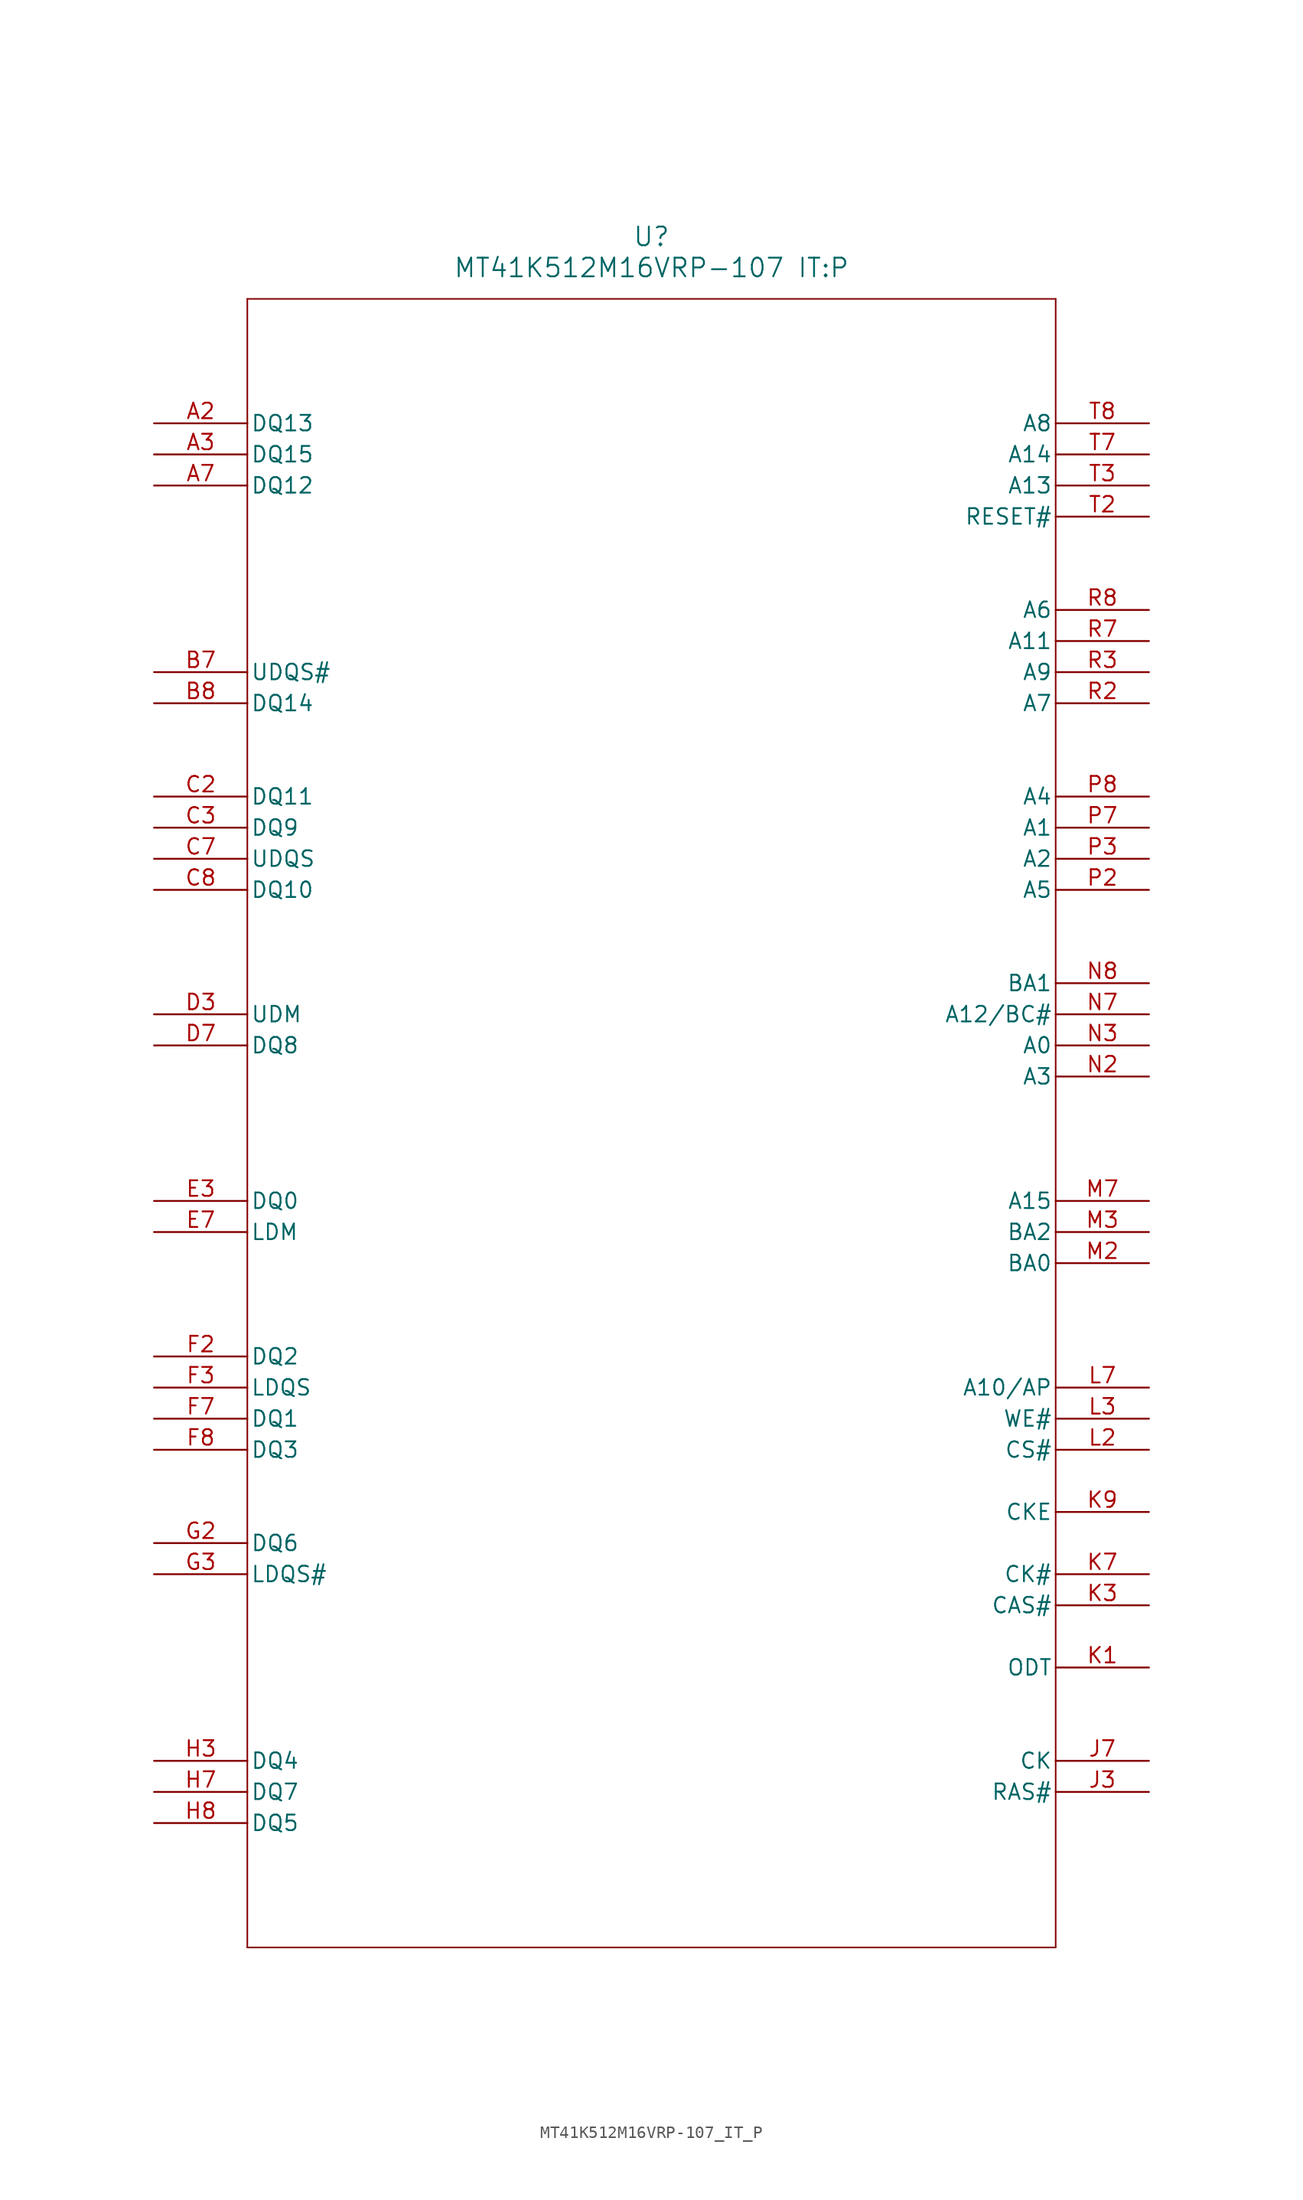
<source format=kicad_sym>
(kicad_symbol_lib
  (version 20211014)
  (generator kicad_symbol_editor)
  (symbol "MT41K512M16VRP-107_IT_P"
    (pin_names
      (offset 0.254))
    (property "Reference" "U"
      (at 40.64 12.7 0)
      (effects (font (size 1.524 1.524))))
    (property "Value" "MT41K512M16VRP-107 IT:P"
      (at 40.64 10.16 0)
      (effects (font (size 1.524 1.524))))
    (symbol "MT41K512M16VRP-107_IT_P_1_1"
      (polyline (pts (xy 7.62 7.62) (xy 7.62 -127)) (stroke (width 0.127) (type default) (color 0 0 0 0)) (fill (type none)))
      (polyline (pts (xy 7.62 -127) (xy 73.66 -127)) (stroke (width 0.127) (type default) (color 0 0 0 0)) (fill (type none)))
      (polyline (pts (xy 73.66 -127) (xy 73.66 7.62)) (stroke (width 0.127) (type default) (color 0 0 0 0)) (fill (type none)))
      (polyline (pts (xy 73.66 7.62) (xy 7.62 7.62)) (stroke (width 0.127) (type default) (color 0 0 0 0)) (fill (type none)))
      (pin bidirectional line (at 0 -2.54 0) (length 7.62) (name "DQ13" (effects (font (size 1.27 1.27)))) (number "A2" (effects (font (size 1.27 1.27)))))
      (pin bidirectional line (at 0 -5.08 0) (length 7.62) (name "DQ15" (effects (font (size 1.27 1.27)))) (number "A3" (effects (font (size 1.27 1.27)))))
      (pin bidirectional line (at 0 -7.62 0) (length 7.62) (name "DQ12" (effects (font (size 1.27 1.27)))) (number "A7" (effects (font (size 1.27 1.27)))))
      (pin bidirectional line (at 0 -22.86 0) (length 7.62) (name "UDQS#" (effects (font (size 1.27 1.27)))) (number "B7" (effects (font (size 1.27 1.27)))))
      (pin bidirectional line (at 0 -25.4 0) (length 7.62) (name "DQ14" (effects (font (size 1.27 1.27)))) (number "B8" (effects (font (size 1.27 1.27)))))
      (pin bidirectional line (at 0 -33.02 0) (length 7.62) (name "DQ11" (effects (font (size 1.27 1.27)))) (number "C2" (effects (font (size 1.27 1.27)))))
      (pin bidirectional line (at 0 -35.56 0) (length 7.62) (name "DQ9" (effects (font (size 1.27 1.27)))) (number "C3" (effects (font (size 1.27 1.27)))))
      (pin bidirectional line (at 0 -38.1 0) (length 7.62) (name "UDQS" (effects (font (size 1.27 1.27)))) (number "C7" (effects (font (size 1.27 1.27)))))
      (pin bidirectional line (at 0 -40.64 0) (length 7.62) (name "DQ10" (effects (font (size 1.27 1.27)))) (number "C8" (effects (font (size 1.27 1.27)))))
      (pin input line (at 0 -50.8 0) (length 7.62) (name "UDM" (effects (font (size 1.27 1.27)))) (number "D3" (effects (font (size 1.27 1.27)))))
      (pin bidirectional line (at 0 -53.34 0) (length 7.62) (name "DQ8" (effects (font (size 1.27 1.27)))) (number "D7" (effects (font (size 1.27 1.27)))))
      (pin bidirectional line (at 0 -66.04 0) (length 7.62) (name "DQ0" (effects (font (size 1.27 1.27)))) (number "E3" (effects (font (size 1.27 1.27)))))
      (pin input line (at 0 -68.58 0) (length 7.62) (name "LDM" (effects (font (size 1.27 1.27)))) (number "E7" (effects (font (size 1.27 1.27)))))
      (pin bidirectional line (at 0 -78.74 0) (length 7.62) (name "DQ2" (effects (font (size 1.27 1.27)))) (number "F2" (effects (font (size 1.27 1.27)))))
      (pin bidirectional line (at 0 -81.28 0) (length 7.62) (name "LDQS" (effects (font (size 1.27 1.27)))) (number "F3" (effects (font (size 1.27 1.27)))))
      (pin bidirectional line (at 0 -83.82 0) (length 7.62) (name "DQ1" (effects (font (size 1.27 1.27)))) (number "F7" (effects (font (size 1.27 1.27)))))
      (pin bidirectional line (at 0 -86.36 0) (length 7.62) (name "DQ3" (effects (font (size 1.27 1.27)))) (number "F8" (effects (font (size 1.27 1.27)))))
      (pin bidirectional line (at 0 -93.98 0) (length 7.62) (name "DQ6" (effects (font (size 1.27 1.27)))) (number "G2" (effects (font (size 1.27 1.27)))))
      (pin bidirectional line (at 0 -96.52 0) (length 7.62) (name "LDQS#" (effects (font (size 1.27 1.27)))) (number "G3" (effects (font (size 1.27 1.27)))))
      (pin bidirectional line (at 0 -111.76 0) (length 7.62) (name "DQ4" (effects (font (size 1.27 1.27)))) (number "H3" (effects (font (size 1.27 1.27)))))
      (pin bidirectional line (at 0 -114.3 0) (length 7.62) (name "DQ7" (effects (font (size 1.27 1.27)))) (number "H7" (effects (font (size 1.27 1.27)))))
      (pin bidirectional line (at 0 -116.84 0) (length 7.62) (name "DQ5" (effects (font (size 1.27 1.27)))) (number "H8" (effects (font (size 1.27 1.27)))))
      (pin input line (at 81.28 -114.3 180) (length 7.62) (name "RAS#" (effects (font (size 1.27 1.27)))) (number "J3" (effects (font (size 1.27 1.27)))))
      (pin input line (at 81.28 -111.76 180) (length 7.62) (name "CK" (effects (font (size 1.27 1.27)))) (number "J7" (effects (font (size 1.27 1.27)))))
      (pin input line (at 81.28 -104.14 180) (length 7.62) (name "ODT" (effects (font (size 1.27 1.27)))) (number "K1" (effects (font (size 1.27 1.27)))))
      (pin input line (at 81.28 -99.06 180) (length 7.62) (name "CAS#" (effects (font (size 1.27 1.27)))) (number "K3" (effects (font (size 1.27 1.27)))))
      (pin input line (at 81.28 -96.52 180) (length 7.62) (name "CK#" (effects (font (size 1.27 1.27)))) (number "K7" (effects (font (size 1.27 1.27)))))
      (pin input line (at 81.28 -91.44 180) (length 7.62) (name "CKE" (effects (font (size 1.27 1.27)))) (number "K9" (effects (font (size 1.27 1.27)))))
      (pin input line (at 81.28 -86.36 180) (length 7.62) (name "CS#" (effects (font (size 1.27 1.27)))) (number "L2" (effects (font (size 1.27 1.27)))))
      (pin input line (at 81.28 -83.82 180) (length 7.62) (name "WE#" (effects (font (size 1.27 1.27)))) (number "L3" (effects (font (size 1.27 1.27)))))
      (pin input line (at 81.28 -81.28 180) (length 7.62) (name "A10/AP" (effects (font (size 1.27 1.27)))) (number "L7" (effects (font (size 1.27 1.27)))))
      (pin input line (at 81.28 -71.12 180) (length 7.62) (name "BA0" (effects (font (size 1.27 1.27)))) (number "M2" (effects (font (size 1.27 1.27)))))
      (pin input line (at 81.28 -68.58 180) (length 7.62) (name "BA2" (effects (font (size 1.27 1.27)))) (number "M3" (effects (font (size 1.27 1.27)))))
      (pin input line (at 81.28 -66.04 180) (length 7.62) (name "A15" (effects (font (size 1.27 1.27)))) (number "M7" (effects (font (size 1.27 1.27)))))
      (pin input line (at 81.28 -55.88 180) (length 7.62) (name "A3" (effects (font (size 1.27 1.27)))) (number "N2" (effects (font (size 1.27 1.27)))))
      (pin input line (at 81.28 -53.34 180) (length 7.62) (name "A0" (effects (font (size 1.27 1.27)))) (number "N3" (effects (font (size 1.27 1.27)))))
      (pin input line (at 81.28 -50.8 180) (length 7.62) (name "A12/BC#" (effects (font (size 1.27 1.27)))) (number "N7" (effects (font (size 1.27 1.27)))))
      (pin input line (at 81.28 -48.26 180) (length 7.62) (name "BA1" (effects (font (size 1.27 1.27)))) (number "N8" (effects (font (size 1.27 1.27)))))
      (pin input line (at 81.28 -40.64 180) (length 7.62) (name "A5" (effects (font (size 1.27 1.27)))) (number "P2" (effects (font (size 1.27 1.27)))))
      (pin input line (at 81.28 -38.1 180) (length 7.62) (name "A2" (effects (font (size 1.27 1.27)))) (number "P3" (effects (font (size 1.27 1.27)))))
      (pin input line (at 81.28 -35.56 180) (length 7.62) (name "A1" (effects (font (size 1.27 1.27)))) (number "P7" (effects (font (size 1.27 1.27)))))
      (pin input line (at 81.28 -33.02 180) (length 7.62) (name "A4" (effects (font (size 1.27 1.27)))) (number "P8" (effects (font (size 1.27 1.27)))))
      (pin input line (at 81.28 -25.4 180) (length 7.62) (name "A7" (effects (font (size 1.27 1.27)))) (number "R2" (effects (font (size 1.27 1.27)))))
      (pin input line (at 81.28 -22.86 180) (length 7.62) (name "A9" (effects (font (size 1.27 1.27)))) (number "R3" (effects (font (size 1.27 1.27)))))
      (pin input line (at 81.28 -20.32 180) (length 7.62) (name "A11" (effects (font (size 1.27 1.27)))) (number "R7" (effects (font (size 1.27 1.27)))))
      (pin input line (at 81.28 -17.78 180) (length 7.62) (name "A6" (effects (font (size 1.27 1.27)))) (number "R8" (effects (font (size 1.27 1.27)))))
      (pin input line (at 81.28 -10.16 180) (length 7.62) (name "RESET#" (effects (font (size 1.27 1.27)))) (number "T2" (effects (font (size 1.27 1.27)))))
      (pin input line (at 81.28 -7.62 180) (length 7.62) (name "A13" (effects (font (size 1.27 1.27)))) (number "T3" (effects (font (size 1.27 1.27)))))
      (pin input line (at 81.28 -5.08 180) (length 7.62) (name "A14" (effects (font (size 1.27 1.27)))) (number "T7" (effects (font (size 1.27 1.27)))))
      (pin input line (at 81.28 -2.54 180) (length 7.62) (name "A8" (effects (font (size 1.27 1.27)))) (number "T8" (effects (font (size 1.27 1.27))))))))
</source>
